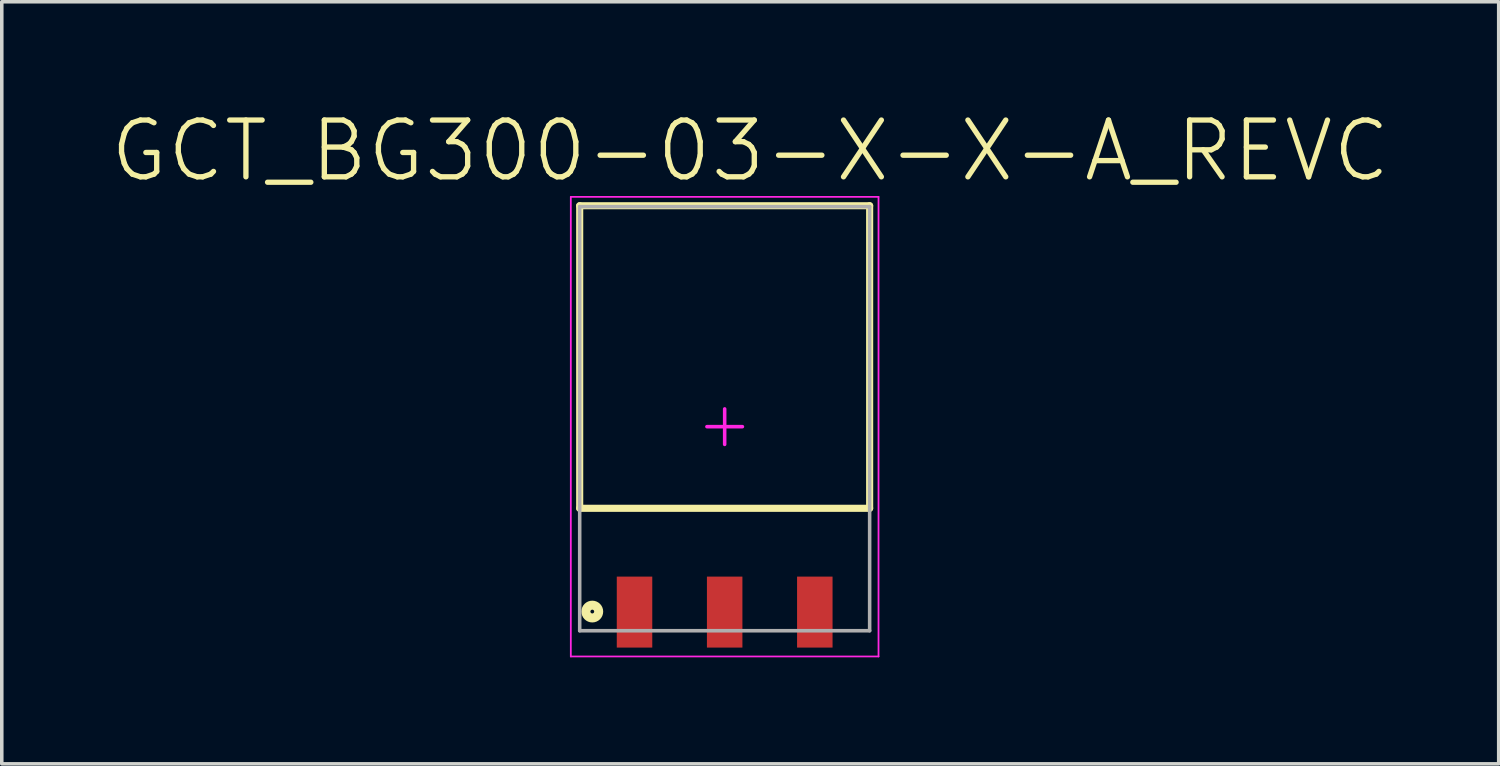
<source format=kicad_pcb>
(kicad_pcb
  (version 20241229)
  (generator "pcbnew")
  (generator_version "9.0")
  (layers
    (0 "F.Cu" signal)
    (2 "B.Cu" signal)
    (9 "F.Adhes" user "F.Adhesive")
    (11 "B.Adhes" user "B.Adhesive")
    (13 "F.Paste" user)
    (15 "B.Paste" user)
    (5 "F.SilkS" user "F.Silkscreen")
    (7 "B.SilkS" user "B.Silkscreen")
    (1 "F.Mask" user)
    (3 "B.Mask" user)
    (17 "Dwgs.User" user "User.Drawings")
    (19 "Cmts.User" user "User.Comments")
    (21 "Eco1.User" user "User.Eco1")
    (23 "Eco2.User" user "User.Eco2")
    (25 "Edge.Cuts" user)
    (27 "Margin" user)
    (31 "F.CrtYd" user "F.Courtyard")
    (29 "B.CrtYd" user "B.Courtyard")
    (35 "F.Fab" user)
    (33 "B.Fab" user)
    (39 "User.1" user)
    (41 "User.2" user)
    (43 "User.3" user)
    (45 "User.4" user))
  (footprint "GCT_BG300-03-X-X-A_REVC"
    (layer "F.Cu")
    (at 17.369 8.972)
    (property "Reference" "GCT_BG300-03-X-X-A_REVC" (at 0.72 -7.772 0) (layer "F.SilkS") (effects (font (size 1.6 1.6) (thickness 0.15))))
    (attr smd)
    (fp_line (start -4.085 -6.225) (end 4.085 -6.225) (stroke (width 0.2) (type solid)) (layer "F.SilkS"))
    (fp_line (start -4.085 2.3) (end -4.085 -6.225) (stroke (width 0.2) (type solid)) (layer "F.SilkS"))
    (fp_line (start -4.085 2.3) (end 4.085 2.3) (stroke (width 0.2) (type solid)) (layer "F.SilkS"))
    (fp_line (start 4.085 2.3) (end 4.085 -6.225) (stroke (width 0.2) (type solid)) (layer "F.SilkS"))
    (fp_circle (center -3.73 5.21) (end -3.55 5.21) (stroke (width 0.254) (type solid)) (fill no) (layer "F.SilkS"))
    (fp_line (start -4.335 -6.475) (end 4.335 -6.475) (stroke (width 0.05) (type solid)) (layer "F.CrtYd"))
    (fp_line (start -4.335 6.475) (end -4.335 -6.475) (stroke (width 0.05) (type solid)) (layer "F.CrtYd"))
    (fp_line (start -4.335 6.475) (end 4.335 6.475) (stroke (width 0.05) (type solid)) (layer "F.CrtYd"))
    (fp_line (start -0.5 0) (end 0.5 0) (stroke (width 0.1) (type solid)) (layer "F.CrtYd"))
    (fp_line (start 0 0.5) (end 0 -0.5) (stroke (width 0.1) (type solid)) (layer "F.CrtYd"))
    (fp_line (start 4.335 6.475) (end 4.335 -6.475) (stroke (width 0.05) (type solid)) (layer "F.CrtYd"))
    (fp_line (start -4.085 -6.2) (end 4.085 -6.2) (stroke (width 0.1) (type solid)) (layer "F.Fab"))
    (fp_line (start -4.085 5.75) (end -4.085 -6.2) (stroke (width 0.1) (type solid)) (layer "F.Fab"))
    (fp_line (start -4.085 5.75) (end 4.085 5.75) (stroke (width 0.1) (type solid)) (layer "F.Fab"))
    (fp_line (start 4.085 5.75) (end 4.085 -6.2) (stroke (width 0.1) (type solid)) (layer "F.Fab"))
    (pad "1" smd rect (at -2.54 5.225) (size 1 2) (layers "F.Cu" "F.Mask" "F.Paste"))
    (pad "2" smd rect (at 0 5.225) (size 1 2) (layers "F.Cu" "F.Mask" "F.Paste"))
    (pad "3" smd rect (at 2.54 5.225) (size 1 2) (layers "F.Cu" "F.Mask" "F.Paste")))
  (gr_rect
    (start -3 -3)
    (end 39.179 18.472)
    (stroke (width 0.1) (type default))
    (fill no)
    (layer "Edge.Cuts")))
</source>
